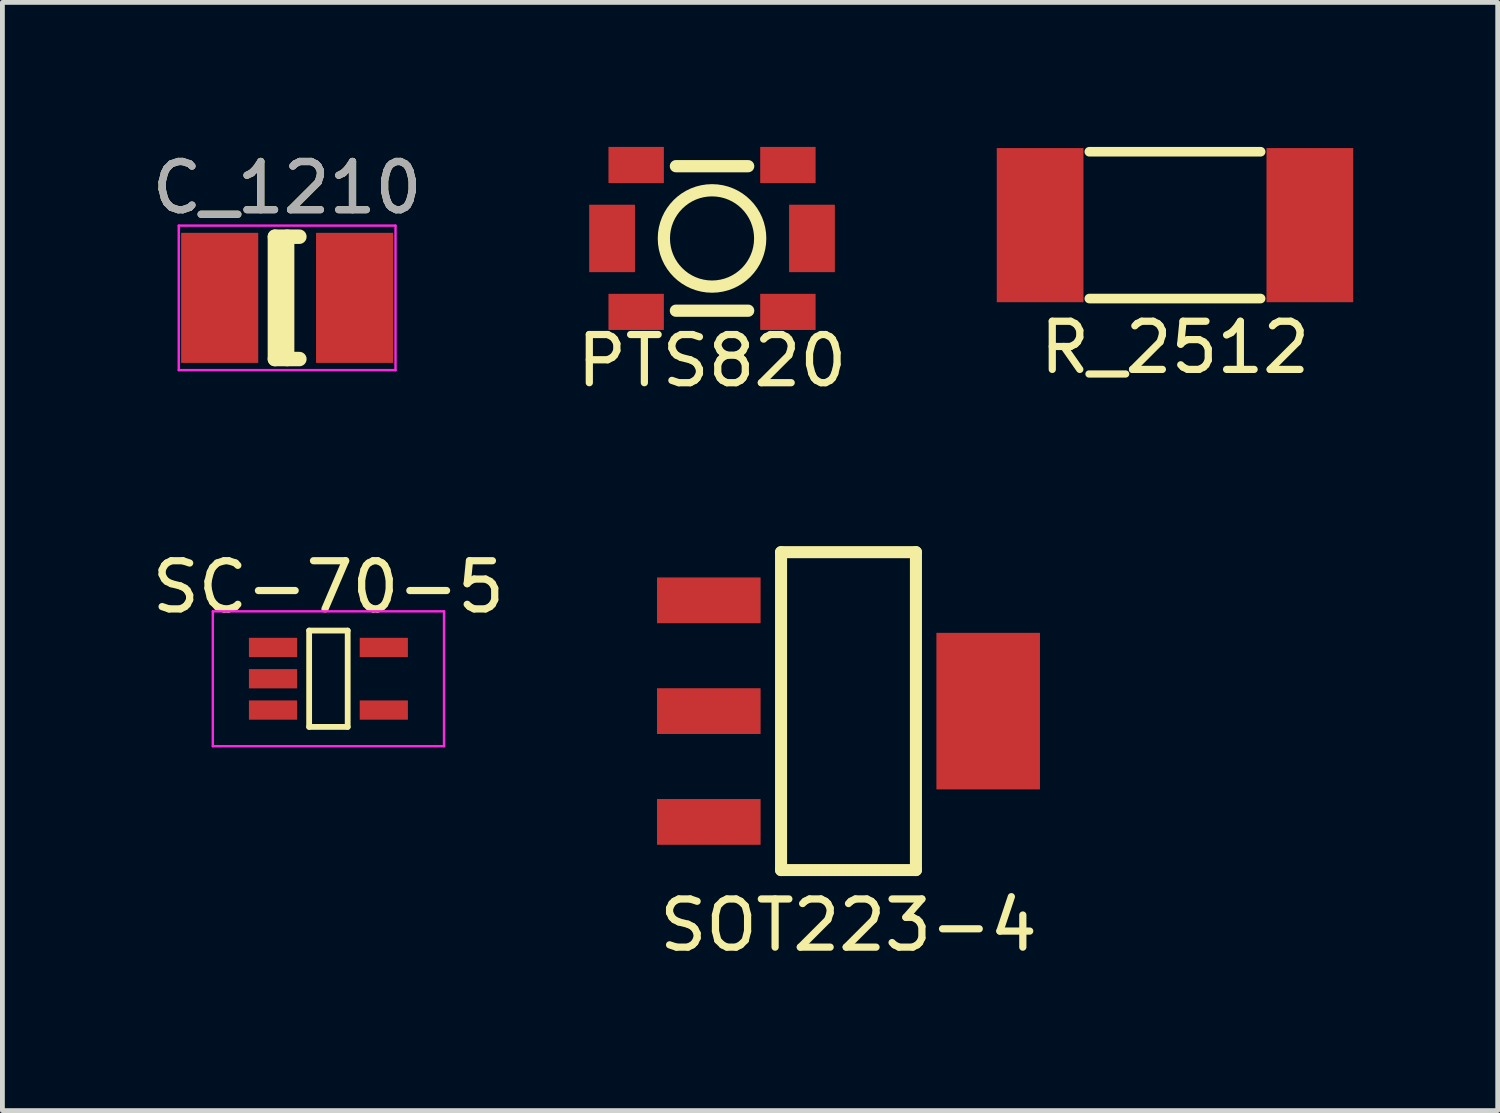
<source format=kicad_pcb>
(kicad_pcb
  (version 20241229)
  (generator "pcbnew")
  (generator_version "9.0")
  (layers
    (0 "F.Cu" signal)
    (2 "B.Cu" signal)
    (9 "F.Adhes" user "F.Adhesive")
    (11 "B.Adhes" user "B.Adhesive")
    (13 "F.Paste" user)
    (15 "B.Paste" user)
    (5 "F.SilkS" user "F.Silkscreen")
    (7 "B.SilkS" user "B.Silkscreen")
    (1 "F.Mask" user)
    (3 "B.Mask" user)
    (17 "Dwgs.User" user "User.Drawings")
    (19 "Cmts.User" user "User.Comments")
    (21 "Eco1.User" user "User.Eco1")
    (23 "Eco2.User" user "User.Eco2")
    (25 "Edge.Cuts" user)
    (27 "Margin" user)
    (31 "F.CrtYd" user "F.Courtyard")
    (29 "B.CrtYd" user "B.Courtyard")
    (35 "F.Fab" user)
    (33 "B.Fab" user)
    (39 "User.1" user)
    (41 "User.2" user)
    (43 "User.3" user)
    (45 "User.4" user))
  (footprint "C_1210"
    (layer "F.Cu")
    (at 2.911 3.134)
    (property "Reference" "C_1210" (at 0 -2.286 0) (layer "F.SilkS") (effects (font (size 1 1) (thickness 0.15))))
    (attr smd)
    (fp_line (start -0.254 -1.27) (end -0.254 1.27) (stroke (width 0.3) (type solid)) (layer "F.SilkS"))
    (fp_line (start -0.254 1.27) (end 0.254 1.27) (stroke (width 0.3) (type solid)) (layer "F.SilkS"))
    (fp_line (start 0 -1.27) (end 0 1.27) (stroke (width 0.3) (type solid)) (layer "F.SilkS"))
    (fp_line (start 0.254 -1.27) (end -0.254 -1.27) (stroke (width 0.3) (type solid)) (layer "F.SilkS"))
    (fp_line (start -2.25 -1.5) (end -2.25 1.5) (stroke (width 0.05) (type solid)) (layer "F.CrtYd"))
    (fp_line (start -2.25 -1.5) (end 2.25 -1.5) (stroke (width 0.05) (type solid)) (layer "F.CrtYd"))
    (fp_line (start 2.25 1.5) (end -2.25 1.5) (stroke (width 0.05) (type solid)) (layer "F.CrtYd"))
    (fp_line (start 2.25 1.5) (end 2.25 -1.5) (stroke (width 0.05) (type solid)) (layer "F.CrtYd"))
    (fp_text user "${REFERENCE}" (at 0 -2.286 0) (layer "F.Fab") (effects (font (size 1 1) (thickness 0.15))))
    (pad "1" smd rect (at -1.4 0) (size 1.6 2.7) (layers "F.Cu" "F.Mask" "F.Paste"))
    (pad "2" smd rect (at 1.4 0) (size 1.6 2.7) (layers "F.Cu" "F.Mask" "F.Paste")))
  (footprint "PTS820"
    (layer "F.Cu")
    (at 11.732 1.9)
    (property "Reference" "PTS820" (at 0 2.54 0) (layer "F.SilkS") (effects (font (size 1 1) (thickness 0.15))))
    (attr through_hole)
    (fp_line (start -0.75 -1.5) (end 0.75 -1.5) (stroke (width 0.254) (type solid)) (layer "F.SilkS"))
    (fp_line (start -0.75 1.5) (end 0.75 1.5) (stroke (width 0.254) (type solid)) (layer "F.SilkS"))
    (fp_circle (center 0 0) (end 0 -1) (stroke (width 0.254) (type solid)) (fill no) (layer "F.SilkS"))
    (pad "1" smd rect (at -2.075 0) (size 0.95 1.4) (layers "F.Cu" "F.Mask" "F.Paste"))
    (pad "2" smd rect (at 2.075 0) (size 0.95 1.4) (layers "F.Cu" "F.Mask" "F.Paste"))
    (pad "3" smd rect (at -1.575 -1.525) (size 1.15 0.75) (layers "F.Cu" "F.Mask" "F.Paste"))
    (pad "4" smd rect (at 1.575 -1.525) (size 1.15 0.75) (layers "F.Cu" "F.Mask" "F.Paste"))
    (pad "5" smd rect (at -1.575 1.525) (size 1.15 0.75) (layers "F.Cu" "F.Mask" "F.Paste"))
    (pad "6" smd rect (at 1.575 1.525) (size 1.15 0.75) (layers "F.Cu" "F.Mask" "F.Paste")))
  (footprint "SC-70-5"
    (layer "F.Cu")
    (at 3.768 11.041)
    (property "Reference" "SC-70-5" (at 0 -1.905 0) (layer "F.SilkS") (effects (font (size 1 1) (thickness 0.15))))
    (attr smd)
    (fp_line (start -0.4 -1) (end 0.4 -1) (stroke (width 0.12) (type solid)) (layer "F.SilkS"))
    (fp_line (start -0.4 1) (end -0.4 -1) (stroke (width 0.12) (type solid)) (layer "F.SilkS"))
    (fp_line (start -0.4 1) (end 0.4 1) (stroke (width 0.12) (type solid)) (layer "F.SilkS"))
    (fp_line (start 0.4 -1) (end 0.4 1) (stroke (width 0.12) (type solid)) (layer "F.SilkS"))
    (fp_line (start -2.4 -1.4) (end -2.4 1.4) (stroke (width 0.05) (type solid)) (layer "F.CrtYd"))
    (fp_line (start -2.4 -1.4) (end 2.4 -1.4) (stroke (width 0.05) (type solid)) (layer "F.CrtYd"))
    (fp_line (start -2.4 1.4) (end 2.4 1.4) (stroke (width 0.05) (type solid)) (layer "F.CrtYd"))
    (fp_line (start 2.4 1.4) (end 2.4 -1.4) (stroke (width 0.05) (type solid)) (layer "F.CrtYd"))
    (pad "1" smd rect (at -1.15 -0.65) (size 1 0.4) (layers "F.Cu" "F.Mask" "F.Paste"))
    (pad "2" smd rect (at -1.15 0) (size 1 0.4) (layers "F.Cu" "F.Mask" "F.Paste"))
    (pad "3" smd rect (at -1.15 0.65) (size 1 0.4) (layers "F.Cu" "F.Mask" "F.Paste"))
    (pad "4" smd rect (at 1.15 0.65) (size 1 0.4) (layers "F.Cu" "F.Mask" "F.Paste"))
    (pad "5" smd rect (at 1.15 -0.65) (size 1 0.4) (layers "F.Cu" "F.Mask" "F.Paste")))
  (footprint "R_2512"
    (layer "F.Cu")
    (at 21.343 1.624)
    (property "Reference" "R_2512" (at 0 2.54 0) (layer "F.SilkS") (effects (font (size 1 1) (thickness 0.15))))
    (attr through_hole)
    (fp_line (start -1.778 -1.524) (end 1.778 -1.524) (stroke (width 0.2) (type solid)) (layer "F.SilkS"))
    (fp_line (start -1.778 1.524) (end 1.778 1.524) (stroke (width 0.2) (type solid)) (layer "F.SilkS"))
    (pad "1" smd rect (at -2.8 0) (size 1.8 3.2) (layers "F.Cu" "F.Mask" "F.Paste"))
    (pad "2" smd rect (at 2.8 0) (size 1.8 3.2) (layers "F.Cu" "F.Mask" "F.Paste")))
  (footprint "SOT223-4"
    (layer "F.Cu")
    (at 14.565 11.713)
    (property "Reference" "SOT223-4" (at 0 4.445 0) (layer "F.SilkS") (effects (font (size 1 1) (thickness 0.15))))
    (attr through_hole)
    (fp_line (start -1.4 -3.3) (end 1.4 -3.3) (stroke (width 0.25) (type solid)) (layer "F.SilkS"))
    (fp_line (start -1.4 3.3) (end -1.4 -3.3) (stroke (width 0.25) (type solid)) (layer "F.SilkS"))
    (fp_line (start 1.4 -3.3) (end 1.4 3.3) (stroke (width 0.25) (type solid)) (layer "F.SilkS"))
    (fp_line (start 1.4 3.3) (end -1.4 3.3) (stroke (width 0.25) (type solid)) (layer "F.SilkS"))
    (pad "1" smd rect (at -2.9 -2.3 90) (size 0.95 2.15) (layers "F.Cu" "F.Mask" "F.Paste"))
    (pad "2" smd rect (at -2.9 0 90) (size 0.95 2.15) (layers "F.Cu" "F.Mask" "F.Paste"))
    (pad "3" smd rect (at -2.9 2.3 90) (size 0.95 2.15) (layers "F.Cu" "F.Mask" "F.Paste"))
    (pad "4" smd rect (at 2.9 0 90) (size 3.25 2.15) (layers "F.Cu" "F.Mask" "F.Paste")))
  (gr_rect
    (start -3 -3)
    (end 28.043 20.006)
    (stroke (width 0.1) (type default))
    (fill no)
    (layer "Edge.Cuts")))
</source>
